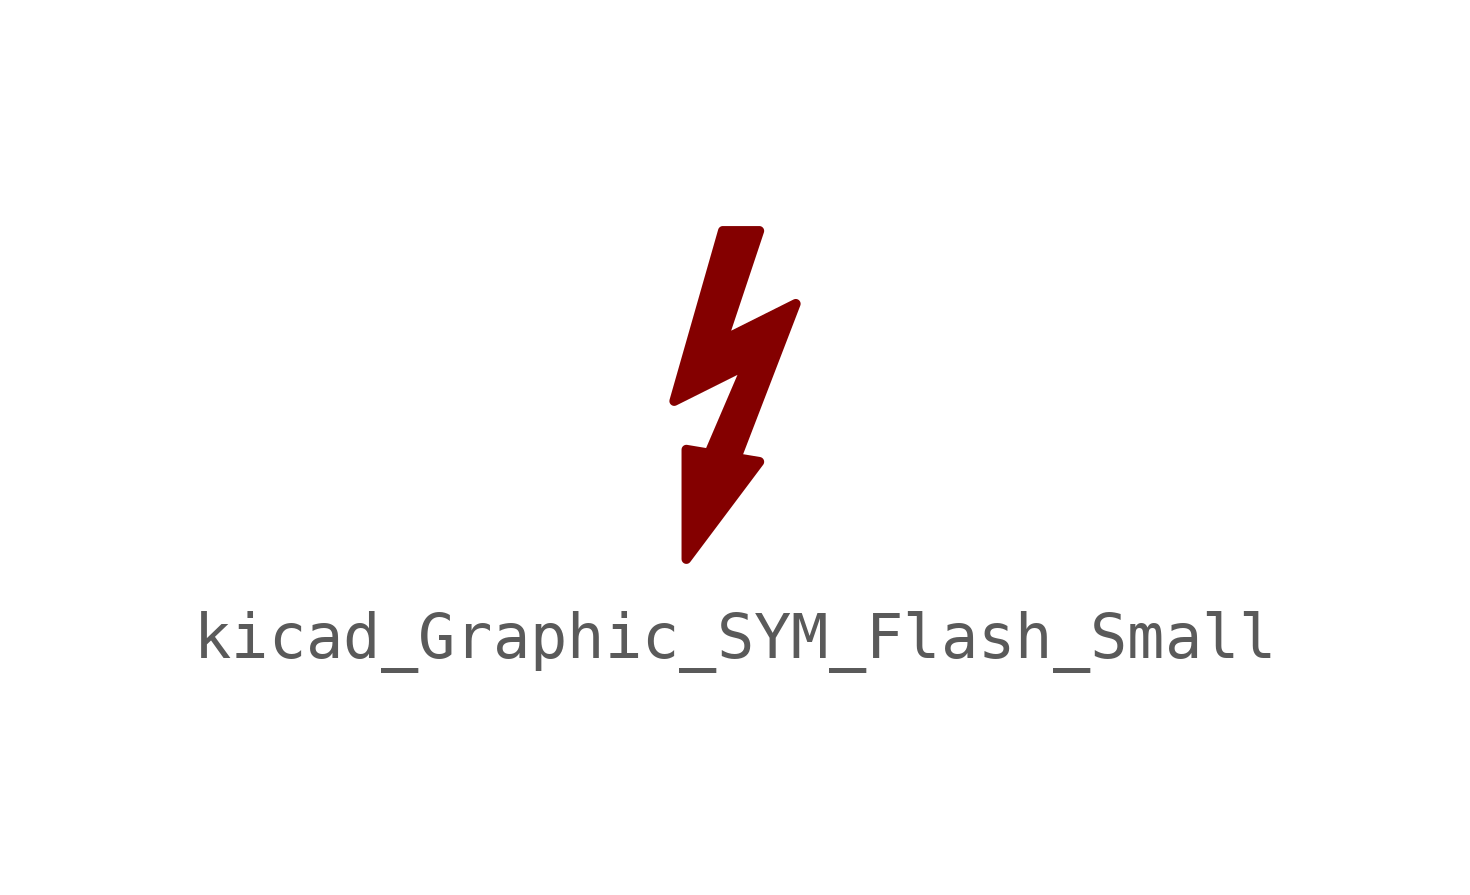
<source format=kicad_sym>
(kicad_symbol_lib
  (version 20220914)
  (generator kicad_symbol_editor)
  (symbol "kicad_Graphic_SYM_Flash_Small"
    (property "Reference" "#SYM"
      (at -2.286 0 90)
      (effects (font (size 1.27 1.27)) hide))
    (symbol "kicad_Graphic_SYM_Flash_Small_0_1"
      (polyline (pts (xy 0.508 -1.016) (xy -1.016 -0.762) (xy -1.016 -3.048) (xy 0.508 -1.016)) (stroke (width 0.203) (type default)) (fill (type outline)))
      (polyline (pts (xy -0.254 3.81) (xy 0.508 3.81) (xy -0.254 1.524) (xy 1.27 2.286) (xy 0 -1.016) (xy -0.508 -0.762) (xy 0.254 1.016) (xy -1.27 0.254) (xy -0.254 3.81)) (stroke (width 0.203) (type default)) (fill (type outline))))))
</source>
